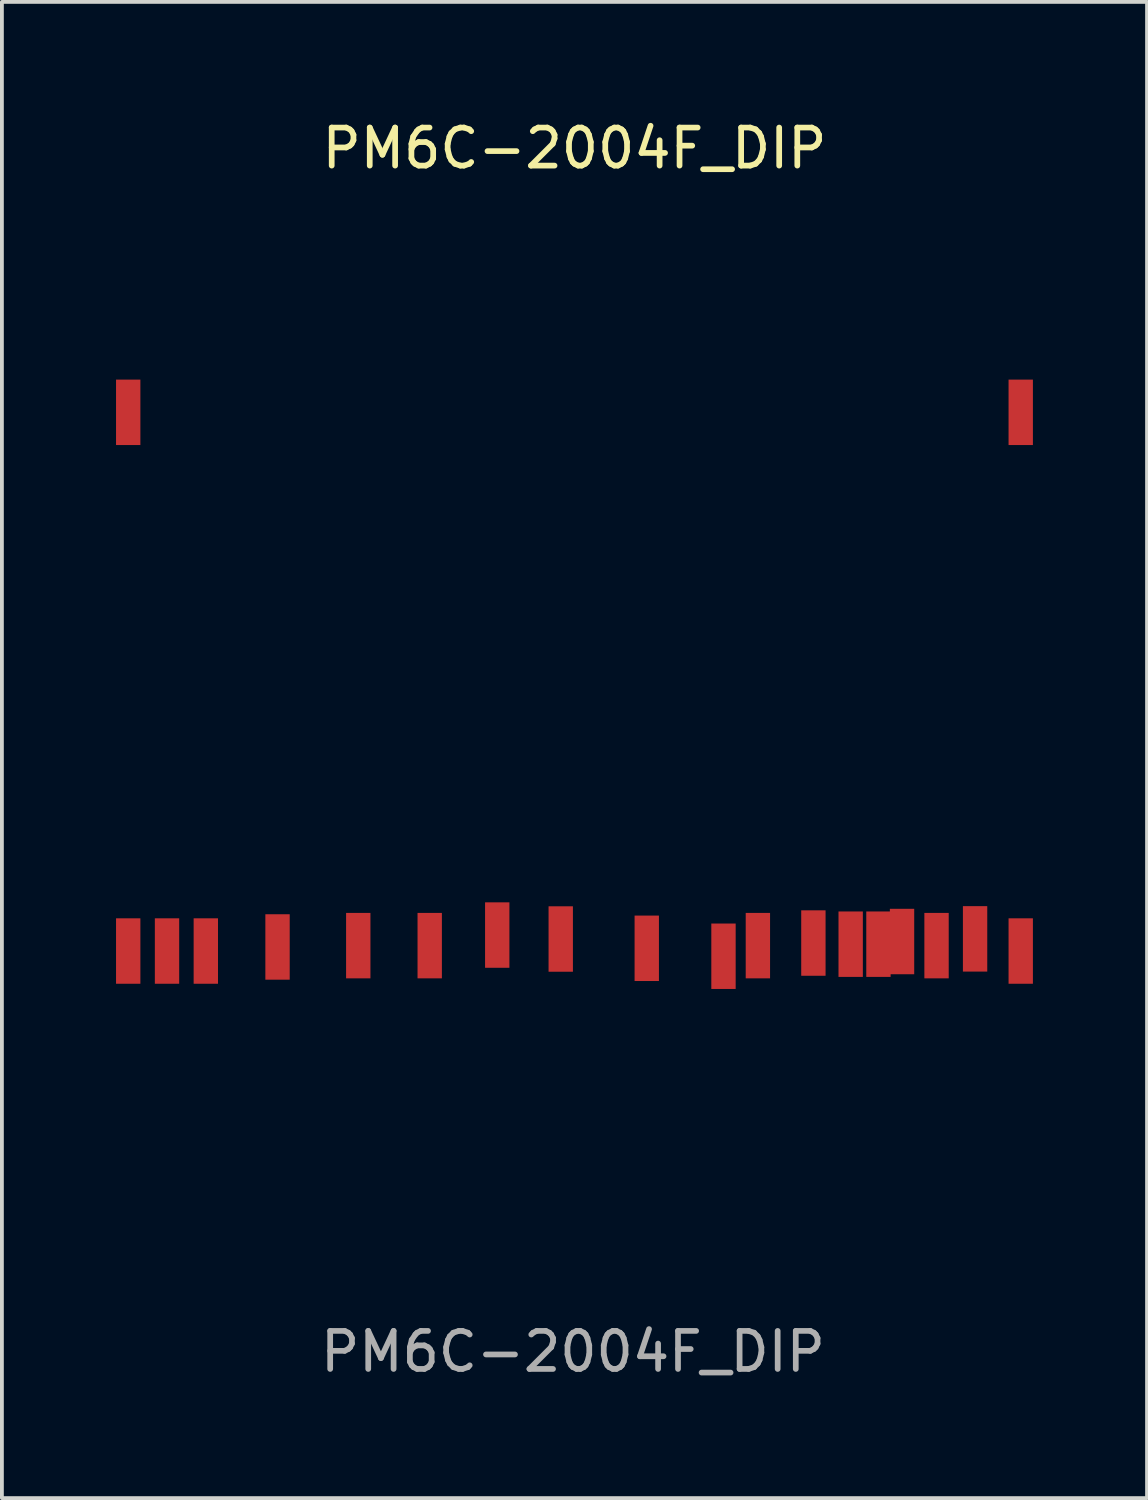
<source format=kicad_pcb>
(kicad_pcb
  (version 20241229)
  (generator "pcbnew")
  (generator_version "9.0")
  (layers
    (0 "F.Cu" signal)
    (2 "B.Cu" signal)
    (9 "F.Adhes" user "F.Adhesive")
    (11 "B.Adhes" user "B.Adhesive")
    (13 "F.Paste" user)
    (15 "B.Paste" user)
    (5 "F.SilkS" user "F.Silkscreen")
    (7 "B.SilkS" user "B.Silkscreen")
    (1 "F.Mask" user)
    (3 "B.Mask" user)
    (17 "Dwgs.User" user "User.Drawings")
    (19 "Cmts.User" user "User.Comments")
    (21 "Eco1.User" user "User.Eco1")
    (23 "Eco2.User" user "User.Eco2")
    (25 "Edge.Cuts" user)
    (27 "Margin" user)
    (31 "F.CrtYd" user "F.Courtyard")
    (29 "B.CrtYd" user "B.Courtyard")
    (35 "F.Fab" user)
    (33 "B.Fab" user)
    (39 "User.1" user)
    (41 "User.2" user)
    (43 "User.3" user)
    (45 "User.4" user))
  (footprint "PM6C-2004F_DIP"
    (layer "F.Cu")
    (at 12.05 14.868)
    (property "Reference" "PM6C-2004F_DIP" (at 0 -14.02 0) (unlocked yes) (layer "F.SilkS") (effects (font (size 1 1) (thickness 0.15))))
    (attr smd)
    (fp_text user "${REFERENCE}" (at -0.04 17.61 0) (unlocked yes) (layer "F.Fab") (effects (font (size 1 1) (thickness 0.15))))
    (pad "1" smd rect (at -11.73 7.08) (size 0.64 1.72) (layers "F.Cu" "F.Mask" "F.Paste"))
    (pad "1" smd rect (at -7.805 6.973) (size 0.64 1.72) (layers "F.Cu" "F.Mask" "F.Paste"))
    (pad "1" smd rect (at -5.683 6.938) (size 0.64 1.72) (layers "F.Cu" "F.Mask" "F.Paste"))
    (pad "1" smd rect (at -3.805 6.938) (size 0.64 1.72) (layers "F.Cu" "F.Mask" "F.Paste"))
    (pad "1" smd rect (at -2.03 6.66) (size 0.64 1.72) (layers "F.Cu" "F.Mask" "F.Paste"))
    (pad "1" smd rect (at -0.361 6.764) (size 0.64 1.72) (layers "F.Cu" "F.Mask" "F.Paste"))
    (pad "1" smd rect (at 1.9 7.008) (size 0.64 1.72) (layers "F.Cu" "F.Mask" "F.Paste"))
    (pad "1" smd rect (at 3.917 7.217) (size 0.64 1.72) (layers "F.Cu" "F.Mask" "F.Paste"))
    (pad "1" smd rect (at 4.821 6.938) (size 0.64 1.72) (layers "F.Cu" "F.Mask" "F.Paste"))
    (pad "1" smd rect (at 6.28 6.87) (size 0.64 1.72) (layers "F.Cu" "F.Mask" "F.Paste"))
    (pad "1" smd rect (at 7.26 6.9) (size 0.64 1.72) (layers "F.Cu" "F.Mask" "F.Paste"))
    (pad "1" smd rect (at 7.99 6.9) (size 0.64 1.72) (layers "F.Cu" "F.Mask" "F.Paste"))
    (pad "1" smd rect (at 8.61 6.83) (size 0.64 1.72) (layers "F.Cu" "F.Mask" "F.Paste"))
    (pad "1" smd rect (at 9.517 6.938) (size 0.64 1.72) (layers "F.Cu" "F.Mask" "F.Paste"))
    (pad "1" smd rect (at 10.53 6.76) (size 0.64 1.72) (layers "F.Cu" "F.Mask" "F.Paste"))
    (pad "2" smd rect (at -10.71 7.08) (size 0.64 1.72) (layers "F.Cu" "F.Mask" "F.Paste"))
    (pad "3" smd rect (at -9.69 7.08) (size 0.64 1.72) (layers "F.Cu" "F.Mask" "F.Paste"))
    (pad "24" smd rect (at 11.73 7.08) (size 0.64 1.72) (layers "F.Cu" "F.Mask" "F.Paste"))
    (pad "25" smd rect (at 11.73 -7.08) (size 0.64 1.72) (layers "F.Cu" "F.Mask" "F.Paste"))
    (pad "48" smd rect (at -11.73 -7.08) (size 0.64 1.72) (layers "F.Cu" "F.Mask" "F.Paste")))
  (gr_rect
    (start -3 -3)
    (end 27.1 36.327)
    (stroke (width 0.1) (type default))
    (fill no)
    (layer "Edge.Cuts")))
</source>
